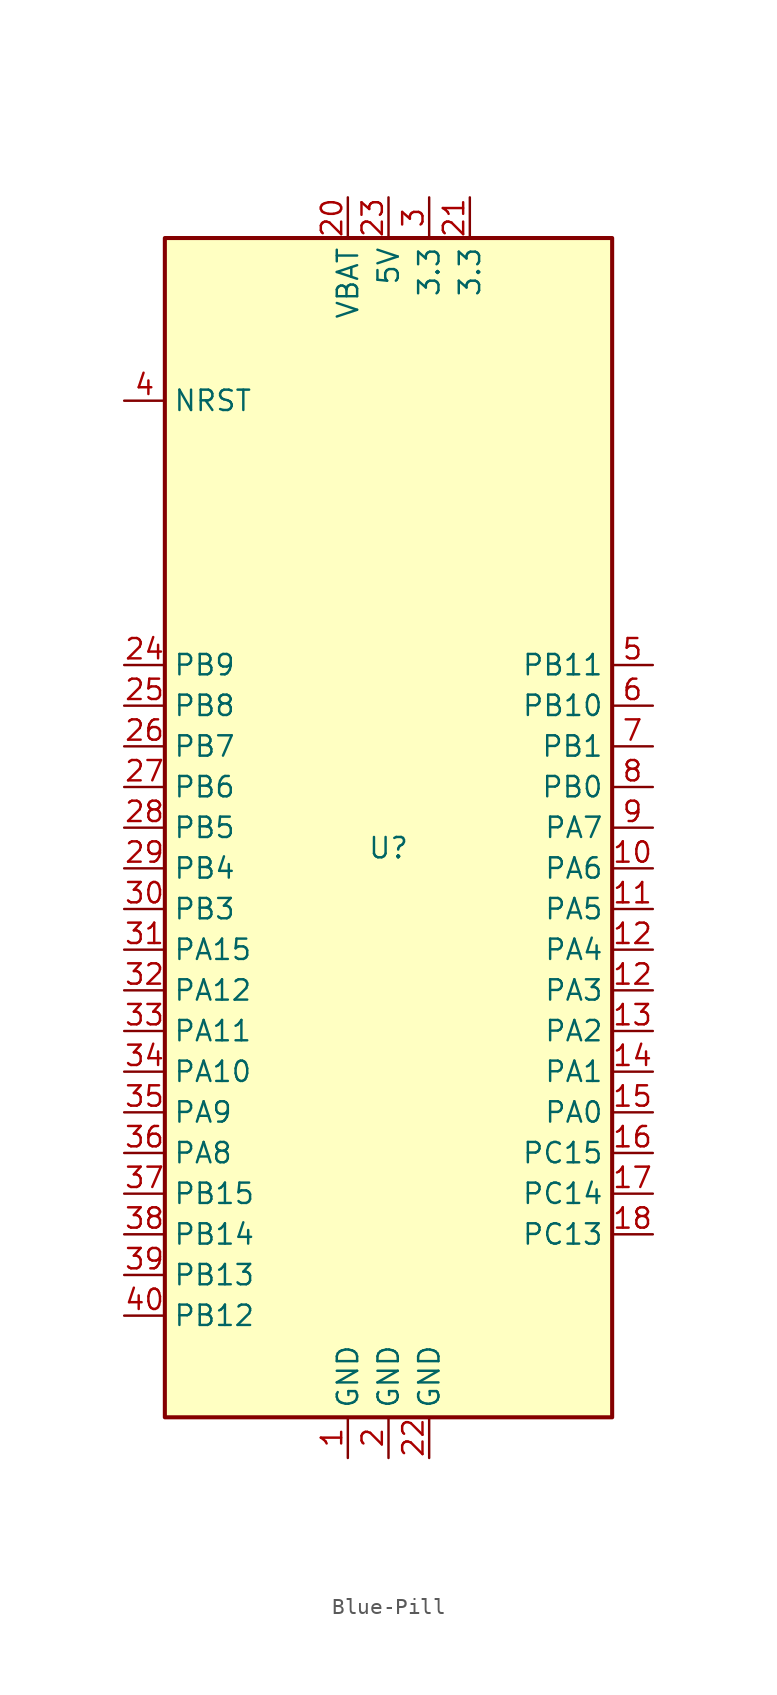
<source format=kicad_sym>
(kicad_symbol_lib
  (version 20231120)
  (generator "kicad_symbol_editor")
  (generator_version "8.0")
  (symbol "Blue-Pill"
    (property "Reference" "U"
      (at 0 0 0)
      (effects (font (size 1.27 1.27))))
    (property "Value" ""
      (at 0 0 0)
      (effects (font (size 1.27 1.27))))
    (symbol "Blue-Pill_1_1"
      (rectangle (start -13.97 38.1) (end 13.97 -35.56) (stroke (width 0.254) (type default)) (fill (type background)))
      (pin passive line (at -2.54 -38.1 90) (length 2.54) (name "GND" (effects (font (size 1.27 1.27)))) (number "1" (effects (font (size 1.27 1.27)))))
      (pin bidirectional line (at 16.51 -1.27 180) (length 2.54) (name "PA6" (effects (font (size 1.27 1.27)))) (number "10" (effects (font (size 1.27 1.27)))))
      (pin bidirectional line (at 16.51 -3.81 180) (length 2.54) (name "PA5" (effects (font (size 1.27 1.27)))) (number "11" (effects (font (size 1.27 1.27)))))
      (pin bidirectional line (at 16.51 -8.89 180) (length 2.54) (name "PA3" (effects (font (size 1.27 1.27)))) (number "12" (effects (font (size 1.27 1.27)))))
      (pin bidirectional line (at 16.51 -6.35 180) (length 2.54) (name "PA4" (effects (font (size 1.27 1.27)))) (number "12" (effects (font (size 1.27 1.27)))))
      (pin bidirectional line (at 16.51 -11.43 180) (length 2.54) (name "PA2" (effects (font (size 1.27 1.27)))) (number "13" (effects (font (size 1.27 1.27)))))
      (pin bidirectional line (at 16.51 -13.97 180) (length 2.54) (name "PA1" (effects (font (size 1.27 1.27)))) (number "14" (effects (font (size 1.27 1.27)))))
      (pin bidirectional line (at 16.51 -16.51 180) (length 2.54) (name "PA0" (effects (font (size 1.27 1.27)))) (number "15" (effects (font (size 1.27 1.27)))))
      (pin bidirectional line (at 16.51 -19.05 180) (length 2.54) (name "PC15" (effects (font (size 1.27 1.27)))) (number "16" (effects (font (size 1.27 1.27)))))
      (pin bidirectional line (at 16.51 -21.59 180) (length 2.54) (name "PC14" (effects (font (size 1.27 1.27)))) (number "17" (effects (font (size 1.27 1.27)))))
      (pin bidirectional line (at 16.51 -24.13 180) (length 2.54) (name "PC13" (effects (font (size 1.27 1.27)))) (number "18" (effects (font (size 1.27 1.27)))))
      (pin passive line (at 0 -38.1 90) (length 2.54) (name "GND" (effects (font (size 1.27 1.27)))) (number "2" (effects (font (size 1.27 1.27)))))
      (pin power_in line (at -2.54 40.64 270) (length 2.54) (name "VBAT" (effects (font (size 1.27 1.27)))) (number "20" (effects (font (size 1.27 1.27)))))
      (pin power_in line (at 5.08 40.64 270) (length 2.54) (name "3.3" (effects (font (size 1.27 1.27)))) (number "21" (effects (font (size 1.27 1.27)))))
      (pin passive line (at 2.54 -38.1 90) (length 2.54) (name "GND" (effects (font (size 1.27 1.27)))) (number "22" (effects (font (size 1.27 1.27)))))
      (pin power_in line (at 0 40.64 270) (length 2.54) (name "5V" (effects (font (size 1.27 1.27)))) (number "23" (effects (font (size 1.27 1.27)))))
      (pin bidirectional line (at -16.51 11.43 0) (length 2.54) (name "PB9" (effects (font (size 1.27 1.27)))) (number "24" (effects (font (size 1.27 1.27)))))
      (pin bidirectional line (at -16.51 8.89 0) (length 2.54) (name "PB8" (effects (font (size 1.27 1.27)))) (number "25" (effects (font (size 1.27 1.27)))))
      (pin bidirectional line (at -16.51 6.35 0) (length 2.54) (name "PB7" (effects (font (size 1.27 1.27)))) (number "26" (effects (font (size 1.27 1.27)))))
      (pin bidirectional line (at -16.51 3.81 0) (length 2.54) (name "PB6" (effects (font (size 1.27 1.27)))) (number "27" (effects (font (size 1.27 1.27)))))
      (pin bidirectional line (at -16.51 1.27 0) (length 2.54) (name "PB5" (effects (font (size 1.27 1.27)))) (number "28" (effects (font (size 1.27 1.27)))))
      (pin bidirectional line (at -16.51 -1.27 0) (length 2.54) (name "PB4" (effects (font (size 1.27 1.27)))) (number "29" (effects (font (size 1.27 1.27)))))
      (pin power_in line (at 2.54 40.64 270) (length 2.54) (name "3.3" (effects (font (size 1.27 1.27)))) (number "3" (effects (font (size 1.27 1.27)))))
      (pin bidirectional line (at -16.51 -3.81 0) (length 2.54) (name "PB3" (effects (font (size 1.27 1.27)))) (number "30" (effects (font (size 1.27 1.27)))))
      (pin bidirectional line (at -16.51 -6.35 0) (length 2.54) (name "PA15" (effects (font (size 1.27 1.27)))) (number "31" (effects (font (size 1.27 1.27)))))
      (pin bidirectional line (at -16.51 -8.89 0) (length 2.54) (name "PA12" (effects (font (size 1.27 1.27)))) (number "32" (effects (font (size 1.27 1.27)))))
      (pin bidirectional line (at -16.51 -11.43 0) (length 2.54) (name "PA11" (effects (font (size 1.27 1.27)))) (number "33" (effects (font (size 1.27 1.27)))))
      (pin bidirectional line (at -16.51 -13.97 0) (length 2.54) (name "PA10" (effects (font (size 1.27 1.27)))) (number "34" (effects (font (size 1.27 1.27)))))
      (pin bidirectional line (at -16.51 -16.51 0) (length 2.54) (name "PA9" (effects (font (size 1.27 1.27)))) (number "35" (effects (font (size 1.27 1.27)))))
      (pin bidirectional line (at -16.51 -19.05 0) (length 2.54) (name "PA8" (effects (font (size 1.27 1.27)))) (number "36" (effects (font (size 1.27 1.27)))))
      (pin bidirectional line (at -16.51 -21.59 0) (length 2.54) (name "PB15" (effects (font (size 1.27 1.27)))) (number "37" (effects (font (size 1.27 1.27)))))
      (pin bidirectional line (at -16.51 -24.13 0) (length 2.54) (name "PB14" (effects (font (size 1.27 1.27)))) (number "38" (effects (font (size 1.27 1.27)))))
      (pin bidirectional line (at -16.51 -26.67 0) (length 2.54) (name "PB13" (effects (font (size 1.27 1.27)))) (number "39" (effects (font (size 1.27 1.27)))))
      (pin bidirectional line (at -16.51 27.94 0) (length 2.54) (name "NRST" (effects (font (size 1.27 1.27)))) (number "4" (effects (font (size 1.27 1.27)))))
      (pin bidirectional line (at -16.51 -29.21 0) (length 2.54) (name "PB12" (effects (font (size 1.27 1.27)))) (number "40" (effects (font (size 1.27 1.27)))))
      (pin bidirectional line (at 16.51 11.43 180) (length 2.54) (name "PB11" (effects (font (size 1.27 1.27)))) (number "5" (effects (font (size 1.27 1.27)))))
      (pin bidirectional line (at 16.51 8.89 180) (length 2.54) (name "PB10" (effects (font (size 1.27 1.27)))) (number "6" (effects (font (size 1.27 1.27)))))
      (pin bidirectional line (at 16.51 6.35 180) (length 2.54) (name "PB1" (effects (font (size 1.27 1.27)))) (number "7" (effects (font (size 1.27 1.27)))))
      (pin bidirectional line (at 16.51 3.81 180) (length 2.54) (name "PB0" (effects (font (size 1.27 1.27)))) (number "8" (effects (font (size 1.27 1.27)))))
      (pin bidirectional line (at 16.51 1.27 180) (length 2.54) (name "PA7" (effects (font (size 1.27 1.27)))) (number "9" (effects (font (size 1.27 1.27))))))))
</source>
